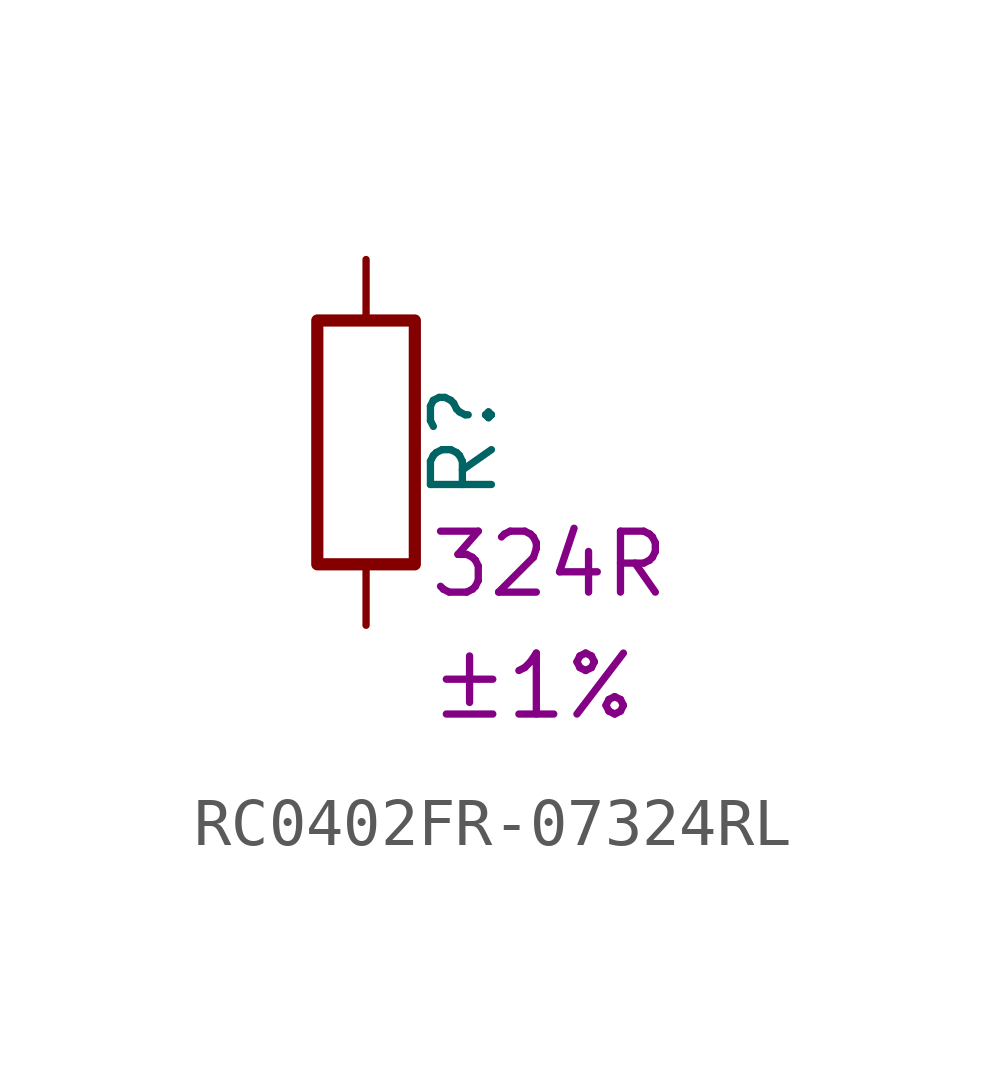
<source format=kicad_sym>
(kicad_symbol_lib
  (version 20220914)
  (generator kicad_symbol_editor)
  (symbol "RC0402FR-07324RL"
    (pin_numbers hide)
    (pin_names
      (offset 0))
    (property "Reference" "R"
      (at 2.032 0 90)
      (effects (font (size 1.27 1.27))))
    (property "Resistance" "324R"
      (at 1.27 -2.54 0)
      (effects (font (size 1.27 1.27)) (justify left)))
    (property "Tolerance" "±1%"
      (at 1.27 -5.08 0)
      (effects (font (size 1.27 1.27)) (justify left)))
    (symbol "RC0402FR-07324RL_0_1"
      (rectangle (start -1.016 -2.54) (end 1.016 2.54) (stroke (width 0.254) (type default)) (fill (type none))))
    (symbol "RC0402FR-07324RL_1_1"
      (pin passive line (at 0 3.81 270) (length 1.27) (name "~" (effects (font (size 1.27 1.27)))) (number "1" (effects (font (size 1.27 1.27)))))
      (pin passive line (at 0 -3.81 90) (length 1.27) (name "~" (effects (font (size 1.27 1.27)))) (number "2" (effects (font (size 1.27 1.27))))))))
</source>
